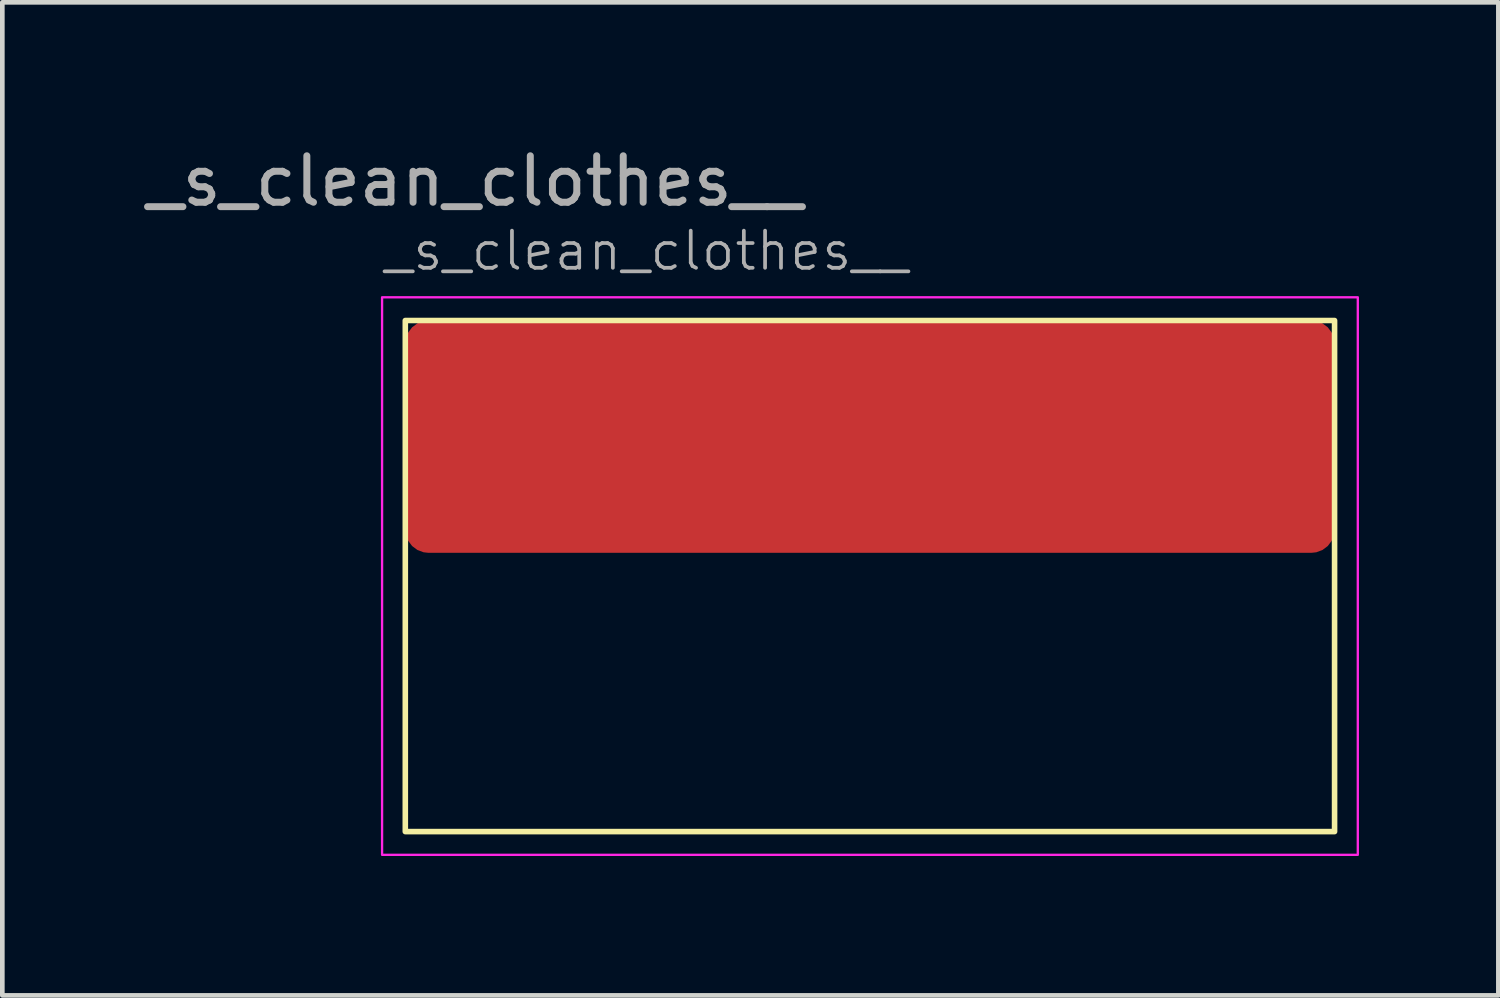
<source format=kicad_pcb>
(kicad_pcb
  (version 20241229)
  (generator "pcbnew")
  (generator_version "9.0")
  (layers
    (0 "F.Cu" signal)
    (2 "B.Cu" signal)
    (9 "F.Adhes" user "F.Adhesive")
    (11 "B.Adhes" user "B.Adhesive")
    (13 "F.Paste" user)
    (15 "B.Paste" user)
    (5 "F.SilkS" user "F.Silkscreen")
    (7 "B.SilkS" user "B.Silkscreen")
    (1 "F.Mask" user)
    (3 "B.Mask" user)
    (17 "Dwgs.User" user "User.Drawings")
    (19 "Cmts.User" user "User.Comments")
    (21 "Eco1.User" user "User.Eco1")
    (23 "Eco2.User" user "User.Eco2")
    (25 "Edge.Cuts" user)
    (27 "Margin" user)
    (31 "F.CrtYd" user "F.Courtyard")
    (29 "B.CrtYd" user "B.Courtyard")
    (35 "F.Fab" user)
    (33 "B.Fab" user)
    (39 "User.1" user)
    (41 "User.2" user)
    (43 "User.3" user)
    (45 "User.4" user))
  (footprint "_s_clean_clothes__"
    (layer "F.Cu")
    (at 5.673 3.848)
    (property "Reference" "_s_clean_clothes__" (at -0.5 -1.5 0) (unlocked yes) (layer "F.Fab") (effects (font (size 0.8 0.8) (thickness 0.08)) (justify left)))
    (attr smd)
    (fp_rect (start 0 0) (end 20 11) (stroke (width 0.12) (type solid)) (fill no) (layer "F.SilkS"))
    (fp_rect (start -0.5 -0.5) (end 20.5 11.5) (stroke (width 0.05) (type solid)) (fill no) (layer "F.CrtYd"))
    (fp_text user "${REFERENCE}" (at 1.5 -3 0) (unlocked yes) (layer "F.Fab") (effects (font (size 1 1) (thickness 0.15))))
    (pad "1" smd roundrect (at 10 2.5) (size 20 5) (layers "F.Cu" "F.Mask" "F.Paste") (roundrect_rratio 0.1)))
  (gr_rect
    (start -3 -3)
    (end 29.198 18.373)
    (stroke (width 0.1) (type default))
    (fill no)
    (layer "Edge.Cuts")))
</source>
